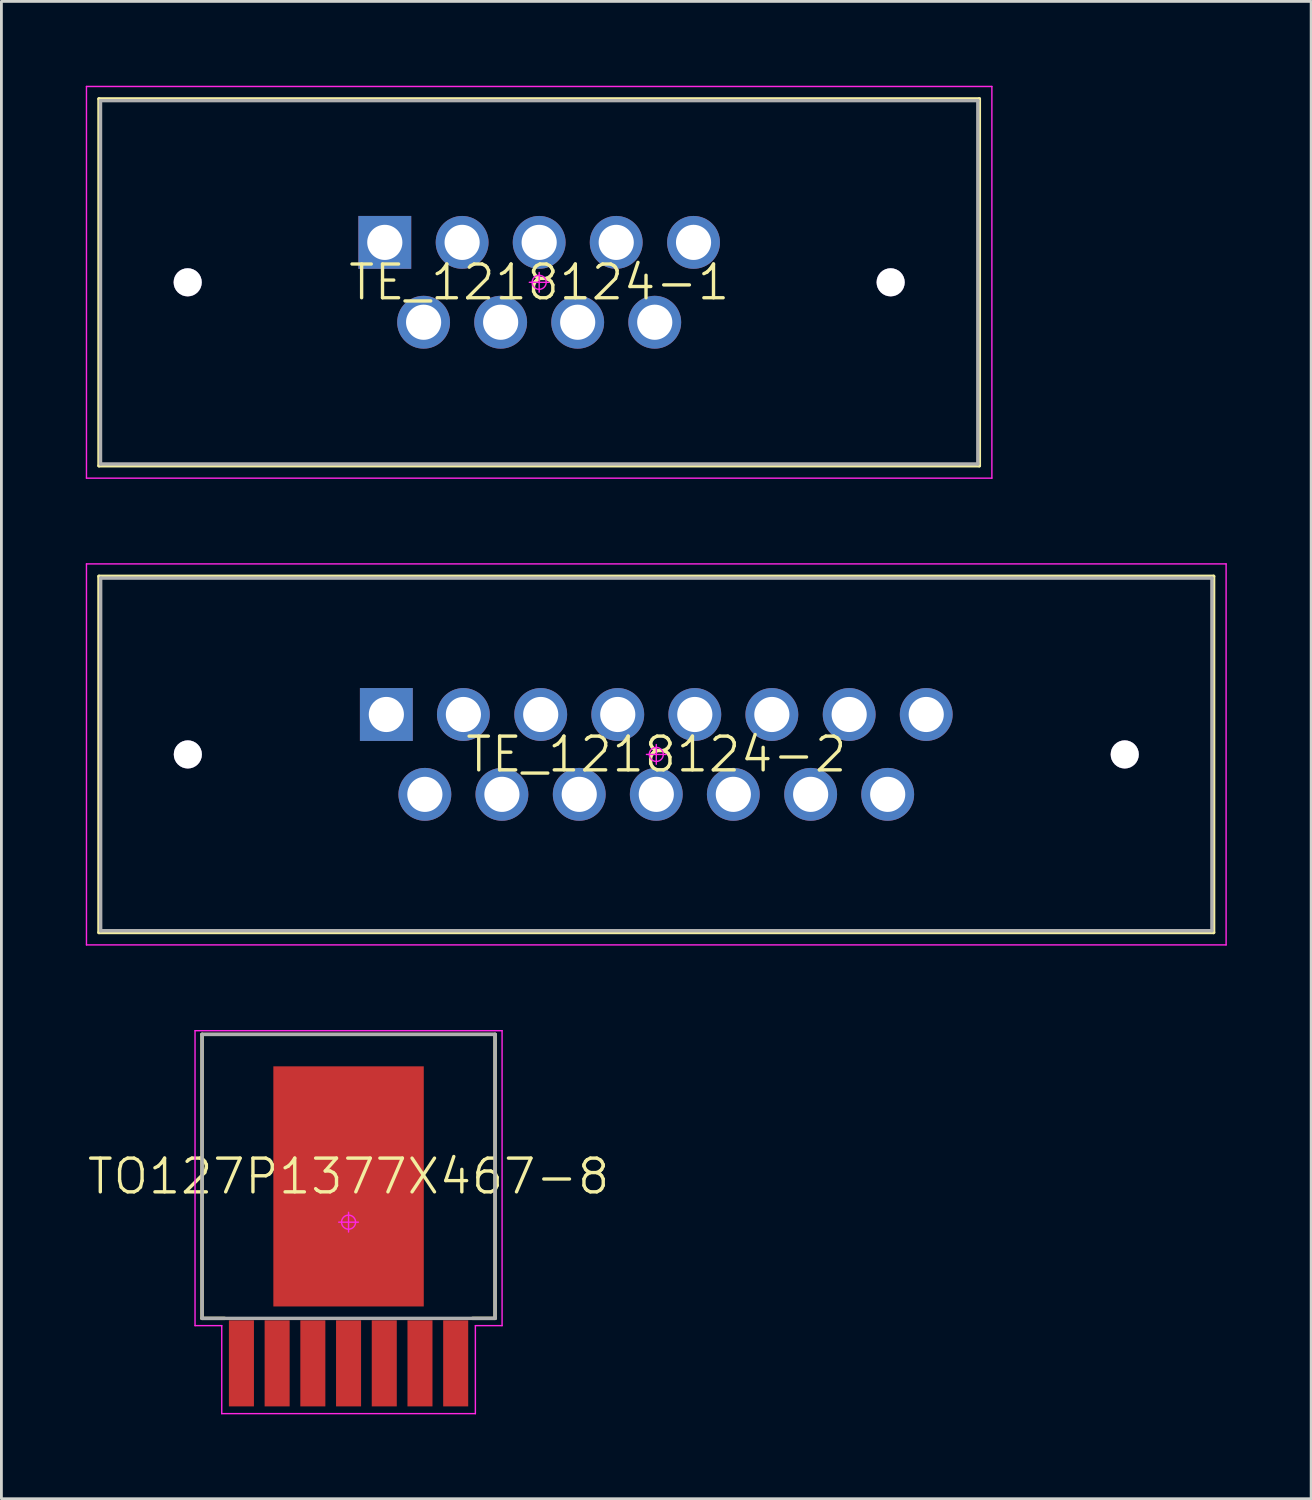
<source format=kicad_pcb>
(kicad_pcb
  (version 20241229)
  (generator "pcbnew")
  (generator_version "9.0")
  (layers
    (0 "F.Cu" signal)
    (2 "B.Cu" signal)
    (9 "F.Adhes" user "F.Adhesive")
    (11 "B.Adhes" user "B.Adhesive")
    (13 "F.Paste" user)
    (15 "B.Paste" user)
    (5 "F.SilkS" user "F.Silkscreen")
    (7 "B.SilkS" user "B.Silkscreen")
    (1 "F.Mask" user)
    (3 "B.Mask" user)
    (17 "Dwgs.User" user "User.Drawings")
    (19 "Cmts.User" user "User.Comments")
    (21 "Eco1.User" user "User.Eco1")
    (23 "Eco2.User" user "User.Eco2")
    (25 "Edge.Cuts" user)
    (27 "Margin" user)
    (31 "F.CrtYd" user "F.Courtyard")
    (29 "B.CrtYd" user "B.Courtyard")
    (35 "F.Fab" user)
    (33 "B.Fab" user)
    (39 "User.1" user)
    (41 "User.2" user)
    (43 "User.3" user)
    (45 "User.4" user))
  (footprint "TE_1218124-1"
    (layer "F.Cu")
    (at 16.125 6.99)
    (property "Reference" "TE_1218124-1" (at 0 0 0) (layer "F.SilkS") (effects (font (size 1.2 1.2) (thickness 0.12))))
    (attr through_hole)
    (fp_line (start -15.655 -6.524) (end 15.655 -6.524) (stroke (width 0.12) (type solid)) (layer "F.SilkS"))
    (fp_line (start -15.655 6.524) (end -15.655 -6.524) (stroke (width 0.12) (type solid)) (layer "F.SilkS"))
    (fp_line (start 15.655 -6.524) (end 15.655 6.524) (stroke (width 0.12) (type solid)) (layer "F.SilkS"))
    (fp_line (start 15.655 6.524) (end -15.655 6.524) (stroke (width 0.12) (type solid)) (layer "F.SilkS"))
    (fp_line (start -16.1 -6.965) (end 16.1 -6.965) (stroke (width 0.05) (type solid)) (layer "F.CrtYd"))
    (fp_line (start -16.1 6.965) (end -16.1 -6.965) (stroke (width 0.05) (type solid)) (layer "F.CrtYd"))
    (fp_line (start 0 -0.35) (end 0 0.35) (stroke (width 0.05) (type solid)) (layer "F.CrtYd"))
    (fp_line (start 0.35 0) (end -0.35 0) (stroke (width 0.05) (type solid)) (layer "F.CrtYd"))
    (fp_line (start 16.1 -6.965) (end 16.1 6.965) (stroke (width 0.05) (type solid)) (layer "F.CrtYd"))
    (fp_line (start 16.1 6.965) (end -16.1 6.965) (stroke (width 0.05) (type solid)) (layer "F.CrtYd"))
    (fp_circle (center 0 0) (end 0 0.25) (stroke (width 0.05) (type solid)) (fill no) (layer "F.CrtYd"))
    (fp_line (start -15.6 -6.46) (end 15.6 -6.46) (stroke (width 0.12) (type solid)) (layer "F.Fab"))
    (fp_line (start -15.6 6.46) (end -15.6 -6.46) (stroke (width 0.12) (type solid)) (layer "F.Fab"))
    (fp_line (start 15.6 -6.46) (end 15.6 6.46) (stroke (width 0.12) (type solid)) (layer "F.Fab"))
    (fp_line (start 15.6 6.46) (end -15.6 6.46) (stroke (width 0.12) (type solid)) (layer "F.Fab"))
    (pad "1" thru_hole rect (at -5.49 -1.42) (size 1.88 1.88) (drill 1.25) (layers "*.Cu" "*.Mask"))
    (pad "2" thru_hole circle (at -2.74 -1.42) (size 1.88 1.88) (drill 1.25) (layers "*.Cu" "*.Mask"))
    (pad "3" thru_hole circle (at 0 -1.42) (size 1.88 1.88) (drill 1.25) (layers "*.Cu" "*.Mask"))
    (pad "4" thru_hole circle (at 2.74 -1.42) (size 1.88 1.88) (drill 1.25) (layers "*.Cu" "*.Mask"))
    (pad "5" thru_hole circle (at 5.49 -1.42) (size 1.88 1.88) (drill 1.25) (layers "*.Cu" "*.Mask"))
    (pad "6" thru_hole circle (at -4.11 1.42) (size 1.88 1.88) (drill 1.25) (layers "*.Cu" "*.Mask"))
    (pad "7" thru_hole circle (at -1.37 1.42) (size 1.88 1.88) (drill 1.25) (layers "*.Cu" "*.Mask"))
    (pad "8" thru_hole circle (at 1.37 1.42) (size 1.88 1.88) (drill 1.25) (layers "*.Cu" "*.Mask"))
    (pad "9" thru_hole circle (at 4.11 1.42) (size 1.88 1.88) (drill 1.25) (layers "*.Cu" "*.Mask"))
    (pad "10" thru_hole circle (at -12.5 0) (size 1 1) (drill 3.25) (layers "*.Cu" "*.Mask"))
    (pad "11" thru_hole circle (at 12.5 0) (size 1 1) (drill 3.25) (layers "*.Cu" "*.Mask")))
  (footprint "TO127P1377X467-8"
    (layer "F.Cu")
    (at 9.346 40.415)
    (property "Reference" "TO127P1377X467-8" (at 0 -1.627 0) (layer "F.SilkS") (effects (font (size 1.2 1.2) (thickness 0.12))))
    (attr smd)
    (fp_line (start -5.21 -6.678) (end 5.21 -6.678) (stroke (width 0.12) (type solid)) (layer "F.SilkS"))
    (fp_line (start -5.21 3.422) (end -5.21 -6.678) (stroke (width 0.12) (type solid)) (layer "F.SilkS"))
    (fp_line (start -4.406 3.422) (end -5.21 3.422) (stroke (width 0.12) (type solid)) (layer "F.SilkS"))
    (fp_line (start 5.21 -6.678) (end 5.21 3.422) (stroke (width 0.12) (type solid)) (layer "F.SilkS"))
    (fp_line (start 5.21 3.422) (end 4.406 3.422) (stroke (width 0.12) (type solid)) (layer "F.SilkS"))
    (fp_line (start -5.46 -6.81) (end -5.46 3.68) (stroke (width 0.05) (type solid)) (layer "F.CrtYd"))
    (fp_line (start -5.46 3.68) (end -4.51 3.68) (stroke (width 0.05) (type solid)) (layer "F.CrtYd"))
    (fp_line (start -4.51 3.68) (end -4.51 6.81) (stroke (width 0.05) (type solid)) (layer "F.CrtYd"))
    (fp_line (start -4.51 6.81) (end 4.51 6.81) (stroke (width 0.05) (type solid)) (layer "F.CrtYd"))
    (fp_line (start -0.35 0) (end 0.35 0) (stroke (width 0.05) (type solid)) (layer "F.CrtYd"))
    (fp_line (start 0 -0.35) (end 0 0.35) (stroke (width 0.05) (type solid)) (layer "F.CrtYd"))
    (fp_line (start 4.51 3.68) (end 5.46 3.68) (stroke (width 0.05) (type solid)) (layer "F.CrtYd"))
    (fp_line (start 4.51 6.81) (end 4.51 3.68) (stroke (width 0.05) (type solid)) (layer "F.CrtYd"))
    (fp_line (start 5.46 -6.81) (end -5.46 -6.81) (stroke (width 0.05) (type solid)) (layer "F.CrtYd"))
    (fp_line (start 5.46 3.68) (end 5.46 -6.81) (stroke (width 0.05) (type solid)) (layer "F.CrtYd"))
    (fp_circle (center 0 0) (end 0 0.25) (stroke (width 0.05) (type solid)) (fill no) (layer "F.CrtYd"))
    (fp_line (start -5.21 -6.678) (end 5.21 -6.678) (stroke (width 0.12) (type solid)) (layer "F.Fab"))
    (fp_line (start -5.21 3.422) (end -5.21 -6.678) (stroke (width 0.12) (type solid)) (layer "F.Fab"))
    (fp_line (start 5.21 -6.678) (end 5.21 3.422) (stroke (width 0.12) (type solid)) (layer "F.Fab"))
    (fp_line (start 5.21 3.422) (end -5.21 3.422) (stroke (width 0.12) (type solid)) (layer "F.Fab"))
    (pad "1" smd rect (at -3.81 5.022 90) (size 3.06 0.89) (layers "F.Cu" "F.Mask" "F.Paste"))
    (pad "2" smd rect (at -2.54 5.022 90) (size 3.06 0.89) (layers "F.Cu" "F.Mask" "F.Paste"))
    (pad "3" smd rect (at -1.27 5.022 90) (size 3.06 0.89) (layers "F.Cu" "F.Mask" "F.Paste"))
    (pad "4" smd rect (at 0 5.022 90) (size 3.06 0.89) (layers "F.Cu" "F.Mask" "F.Paste"))
    (pad "5" smd rect (at 1.27 5.022 90) (size 3.06 0.89) (layers "F.Cu" "F.Mask" "F.Paste"))
    (pad "6" smd rect (at 2.54 5.022 90) (size 3.06 0.89) (layers "F.Cu" "F.Mask" "F.Paste"))
    (pad "7" smd rect (at 3.81 5.022 90) (size 3.06 0.89) (layers "F.Cu" "F.Mask" "F.Paste"))
    (pad "8" smd rect (at 0 -1.272 90) (size 8.54 5.35) (layers "F.Cu" "F.Mask")))
  (footprint "TE_1218124-2"
    (layer "F.Cu")
    (at 20.29 23.78)
    (property "Reference" "TE_1218124-2" (at 0 0 0) (layer "F.SilkS") (effects (font (size 1.2 1.2) (thickness 0.12))))
    (attr through_hole)
    (fp_line (start -19.821 -6.334) (end 19.821 -6.334) (stroke (width 0.12) (type solid)) (layer "F.SilkS"))
    (fp_line (start -19.821 6.334) (end -19.821 -6.334) (stroke (width 0.12) (type solid)) (layer "F.SilkS"))
    (fp_line (start 19.821 -6.334) (end 19.821 6.334) (stroke (width 0.12) (type solid)) (layer "F.SilkS"))
    (fp_line (start 19.821 6.334) (end -19.821 6.334) (stroke (width 0.12) (type solid)) (layer "F.SilkS"))
    (fp_line (start -20.265 -6.775) (end 20.265 -6.775) (stroke (width 0.05) (type solid)) (layer "F.CrtYd"))
    (fp_line (start -20.265 6.775) (end -20.265 -6.775) (stroke (width 0.05) (type solid)) (layer "F.CrtYd"))
    (fp_line (start 0 -0.35) (end 0 0.35) (stroke (width 0.05) (type solid)) (layer "F.CrtYd"))
    (fp_line (start 0.35 0) (end -0.35 0) (stroke (width 0.05) (type solid)) (layer "F.CrtYd"))
    (fp_line (start 20.265 -6.775) (end 20.265 6.775) (stroke (width 0.05) (type solid)) (layer "F.CrtYd"))
    (fp_line (start 20.265 6.775) (end -20.265 6.775) (stroke (width 0.05) (type solid)) (layer "F.CrtYd"))
    (fp_circle (center 0 0) (end 0 0.25) (stroke (width 0.05) (type solid)) (fill no) (layer "F.CrtYd"))
    (fp_line (start -19.76 -6.27) (end 19.76 -6.27) (stroke (width 0.12) (type solid)) (layer "F.Fab"))
    (fp_line (start -19.76 6.27) (end -19.76 -6.27) (stroke (width 0.12) (type solid)) (layer "F.Fab"))
    (fp_line (start 19.76 -6.27) (end 19.76 6.27) (stroke (width 0.12) (type solid)) (layer "F.Fab"))
    (fp_line (start 19.76 6.27) (end -19.76 6.27) (stroke (width 0.12) (type solid)) (layer "F.Fab"))
    (pad "1" thru_hole rect (at -9.6 -1.42) (size 1.88 1.88) (drill 1.25) (layers "*.Cu" "*.Mask"))
    (pad "2" thru_hole circle (at -6.86 -1.42) (size 1.88 1.88) (drill 1.25) (layers "*.Cu" "*.Mask"))
    (pad "3" thru_hole circle (at -4.11 -1.42) (size 1.88 1.88) (drill 1.25) (layers "*.Cu" "*.Mask"))
    (pad "4" thru_hole circle (at -1.37 -1.42) (size 1.88 1.88) (drill 1.25) (layers "*.Cu" "*.Mask"))
    (pad "5" thru_hole circle (at 1.37 -1.42) (size 1.88 1.88) (drill 1.25) (layers "*.Cu" "*.Mask"))
    (pad "6" thru_hole circle (at 4.11 -1.42) (size 1.88 1.88) (drill 1.25) (layers "*.Cu" "*.Mask"))
    (pad "7" thru_hole circle (at 6.86 -1.42) (size 1.88 1.88) (drill 1.25) (layers "*.Cu" "*.Mask"))
    (pad "8" thru_hole circle (at 9.6 -1.42) (size 1.88 1.88) (drill 1.25) (layers "*.Cu" "*.Mask"))
    (pad "9" thru_hole circle (at -8.23 1.42) (size 1.88 1.88) (drill 1.25) (layers "*.Cu" "*.Mask"))
    (pad "10" thru_hole circle (at -5.49 1.42) (size 1.88 1.88) (drill 1.25) (layers "*.Cu" "*.Mask"))
    (pad "11" thru_hole circle (at -2.74 1.42) (size 1.88 1.88) (drill 1.25) (layers "*.Cu" "*.Mask"))
    (pad "12" thru_hole circle (at 0 1.42) (size 1.88 1.88) (drill 1.25) (layers "*.Cu" "*.Mask"))
    (pad "13" thru_hole circle (at 2.74 1.42) (size 1.88 1.88) (drill 1.25) (layers "*.Cu" "*.Mask"))
    (pad "14" thru_hole circle (at 5.49 1.42) (size 1.88 1.88) (drill 1.25) (layers "*.Cu" "*.Mask"))
    (pad "15" thru_hole circle (at 8.23 1.42) (size 1.88 1.88) (drill 1.25) (layers "*.Cu" "*.Mask"))
    (pad "16" thru_hole circle (at -16.66 0) (size 1 1) (drill 3.25) (layers "*.Cu" "*.Mask"))
    (pad "17" thru_hole circle (at 16.66 0) (size 1 1) (drill 3.25) (layers "*.Cu" "*.Mask")))
  (gr_rect
    (start -3 -3)
    (end 43.58 50.25)
    (stroke (width 0.1) (type default))
    (fill no)
    (layer "Edge.Cuts")))
</source>
